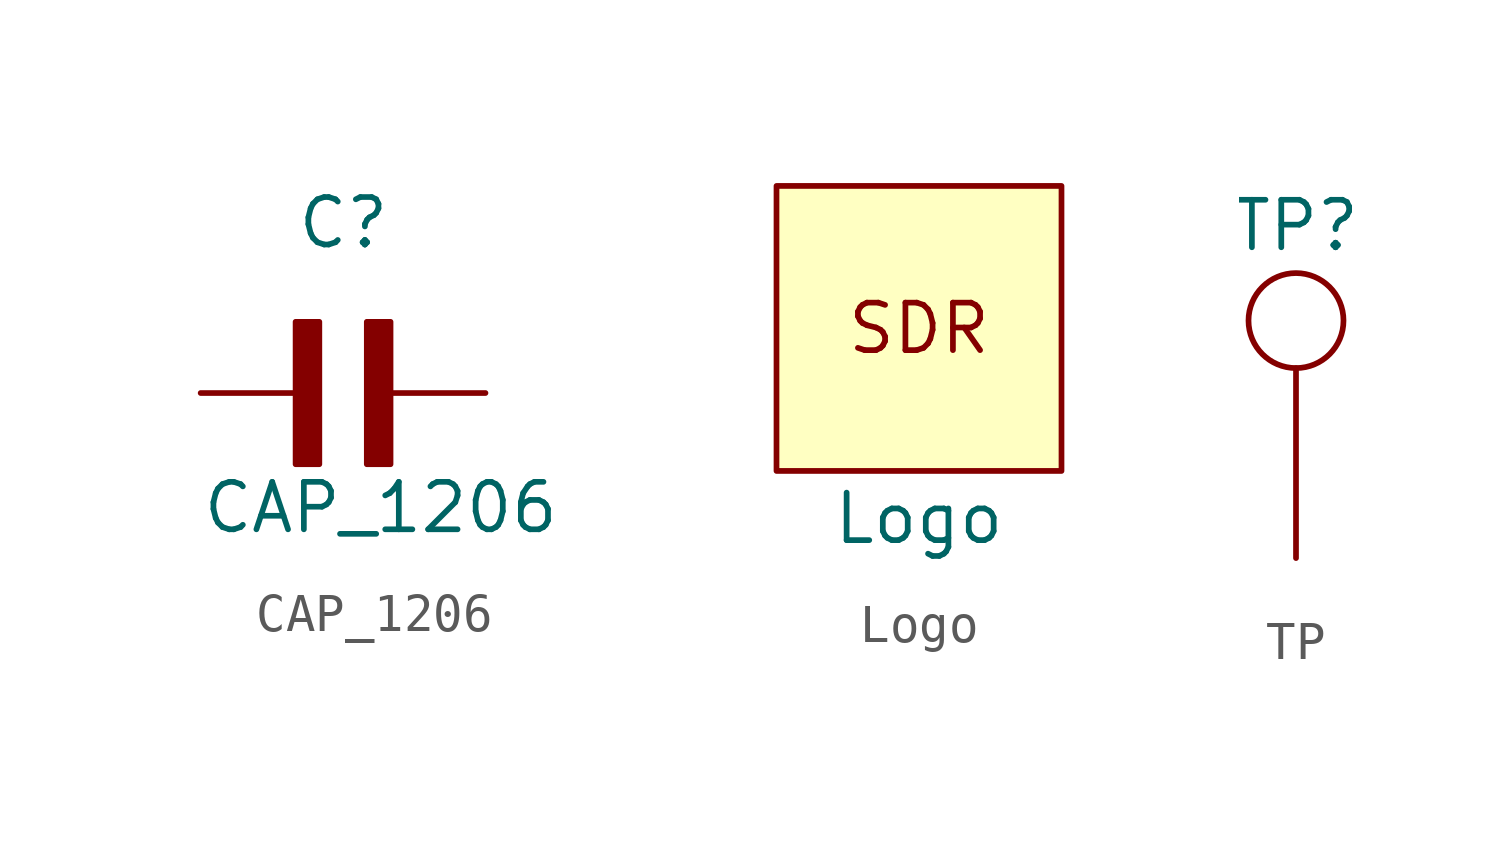
<source format=kicad_sym>
(kicad_symbol_lib
  (version 20211014)
  (generator kicad_symbol_editor)
  (symbol "CAP_1206"
    (pin_numbers hide)
    (pin_names
      (offset 1.016) hide)
    (property "Reference" "C"
      (at -1.27 3.81 0)
      (effects (font (size 1.27 1.27)) (justify left bottom)))
    (property "Value" "CAP_1206"
      (at -3.81 -3.81 0)
      (effects (font (size 1.27 1.27)) (justify left bottom)))
    (symbol "CAP_1206_0_0"
      (rectangle (start -1.27 -1.905) (end -0.635 1.905) (stroke (width 0) (type default) (color 0 0 0 0)) (fill (type outline)))
      (rectangle (start 0.635 -1.905) (end 1.27 1.905) (stroke (width 0) (type default) (color 0 0 0 0)) (fill (type outline)))
      (pin passive line (at 3.81 0 180) (length 2.54) (name "~" (effects (font (size 1.016 1.016)))) (number "1" (effects (font (size 1.016 1.016)))))
      (pin passive line (at -3.81 0 0) (length 2.54) (name "~" (effects (font (size 1.016 1.016)))) (number "2" (effects (font (size 1.016 1.016)))))))
  (symbol "Logo"
    (pin_names
      (offset 1.016))
    (property "Reference" "LOGO"
      (at 0 5.08 0)
      (effects (font (size 1.27 1.27)) hide))
    (property "Value" "Logo"
      (at 0 -5.08 0)
      (effects (font (size 1.27 1.27))))
    (symbol "Logo_0_0"
      (text "SDR" (at 0 0 0) (effects (font (size 1.27 1.27)))))
    (symbol "Logo_0_1"
      (rectangle (start -3.81 3.81) (end 3.81 -3.81) (stroke (width 0) (type default) (color 0 0 0 0)) (fill (type background)))))
  (symbol "TP"
    (pin_numbers hide)
    (pin_names
      (offset 1.016) hide)
    (property "Reference" "TP"
      (at 0 8.89 0)
      (effects (font (size 1.27 1.27))))
    (symbol "TP_0_1"
      (circle (center 0 6.35) (radius 1.27) (stroke (width 0) (type default) (color 0 0 0 0)) (fill (type none))))
    (symbol "TP_1_1"
      (pin passive line (at 0 0 90) (length 5.08) (name "~" (effects (font (size 1.499 1.499)))) (number "1" (effects (font (size 1.499 1.499))))))))
</source>
